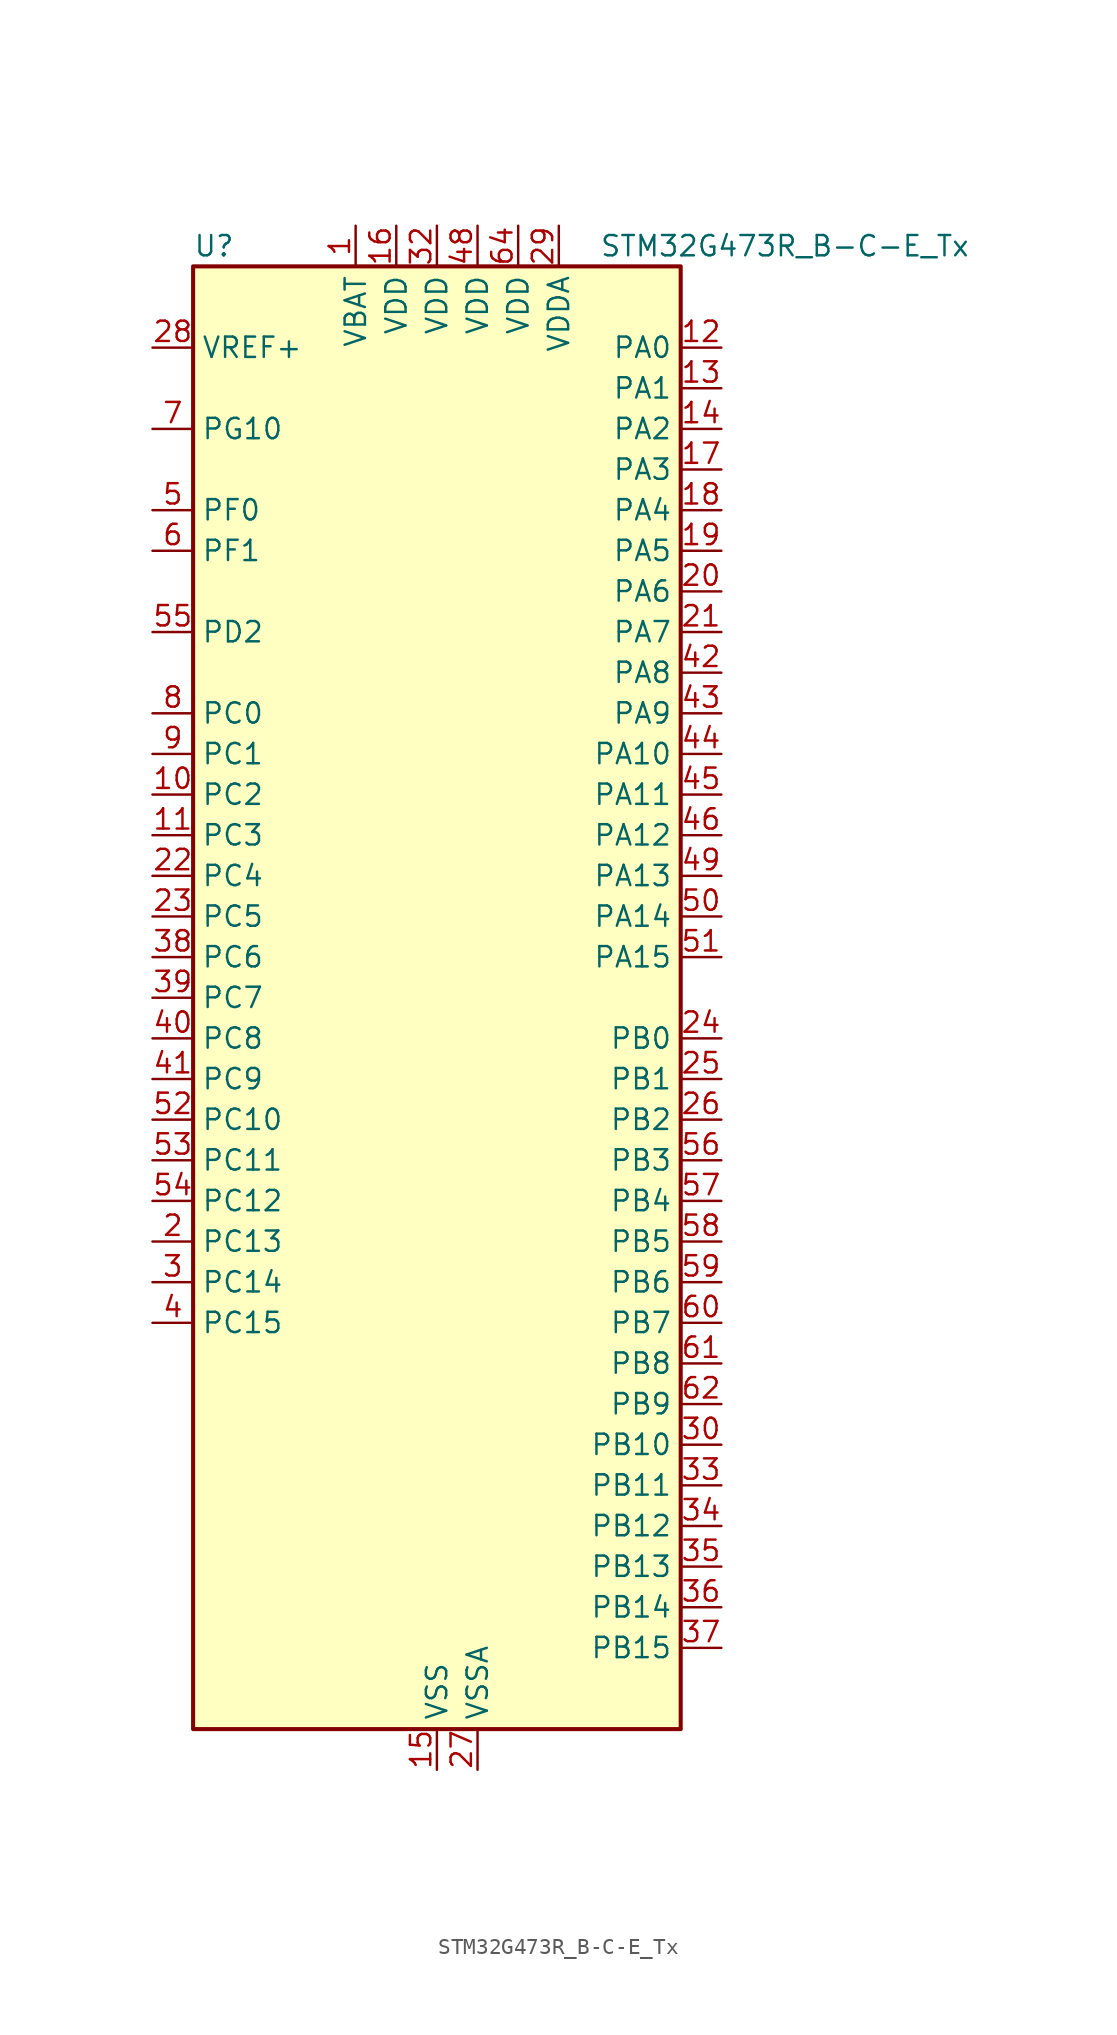
<source format=kicad_sym>
(kicad_symbol_lib
  (version 20241209)
  (generator "kicad_symbol_editor")
  (generator_version "9.0")
  (symbol "STM32G473R_B-C-E_Tx"
    (property "Reference" "U"
      (at -15.24 46.99 0)
      (effects (font (size 1.27 1.27)) (justify left)))
    (property "Value" "STM32G473R_B-C-E_Tx"
      (at 10.16 46.99 0)
      (effects (font (size 1.27 1.27)) (justify left)))
    (symbol "STM32G473R_B-C-E_Tx_0_1"
      (rectangle (start -15.24 -45.72) (end 15.24 45.72) (stroke (width 0.254) (type default)) (fill (type background))))
    (symbol "STM32G473R_B-C-E_Tx_1_1"
      (pin input line (at -17.78 40.64 0) (length 2.54) (name "VREF+" (effects (font (size 1.27 1.27)))) (number "28" (effects (font (size 1.27 1.27)))) (alternate "VREFBUF_OUT" bidirectional line))
      (pin bidirectional line (at -17.78 35.56 0) (length 2.54) (name "PG10" (effects (font (size 1.27 1.27)))) (number "7" (effects (font (size 1.27 1.27)))) (alternate "DAC1_EXTI10" bidirectional line) (alternate "DAC2_EXTI10" bidirectional line) (alternate "DAC3_EXTI10" bidirectional line) (alternate "DAC4_EXTI10" bidirectional line) (alternate "RCC_MCO" bidirectional line))
      (pin bidirectional line (at -17.78 30.48 0) (length 2.54) (name "PF0" (effects (font (size 1.27 1.27)))) (number "5" (effects (font (size 1.27 1.27)))) (alternate "ADC1_IN10" bidirectional line) (alternate "I2C2_SDA" bidirectional line) (alternate "I2S2_WS" bidirectional line) (alternate "RCC_OSC_IN" bidirectional line) (alternate "SPI2_NSS" bidirectional line) (alternate "TIM1_CH3N" bidirectional line))
      (pin bidirectional line (at -17.78 27.94 0) (length 2.54) (name "PF1" (effects (font (size 1.27 1.27)))) (number "6" (effects (font (size 1.27 1.27)))) (alternate "ADC2_IN10" bidirectional line) (alternate "COMP3_INM" bidirectional line) (alternate "I2S2_CK" bidirectional line) (alternate "RCC_OSC_OUT" bidirectional line) (alternate "SPI2_SCK" bidirectional line))
      (pin bidirectional line (at -17.78 22.86 0) (length 2.54) (name "PD2" (effects (font (size 1.27 1.27)))) (number "55" (effects (font (size 1.27 1.27)))) (alternate "ADC3_EXTI2" bidirectional line) (alternate "ADC4_EXTI2" bidirectional line) (alternate "ADC5_EXTI2" bidirectional line) (alternate "TIM3_ETR" bidirectional line) (alternate "TIM8_BKIN" bidirectional line) (alternate "UART5_RX" bidirectional line))
      (pin bidirectional line (at -17.78 17.78 0) (length 2.54) (name "PC0" (effects (font (size 1.27 1.27)))) (number "8" (effects (font (size 1.27 1.27)))) (alternate "ADC1_IN6" bidirectional line) (alternate "ADC2_IN6" bidirectional line) (alternate "COMP3_INM" bidirectional line) (alternate "LPTIM1_IN1" bidirectional line) (alternate "LPUART1_RX" bidirectional line) (alternate "TIM1_CH1" bidirectional line))
      (pin bidirectional line (at -17.78 15.24 0) (length 2.54) (name "PC1" (effects (font (size 1.27 1.27)))) (number "9" (effects (font (size 1.27 1.27)))) (alternate "ADC1_IN7" bidirectional line) (alternate "ADC2_IN7" bidirectional line) (alternate "COMP3_INP" bidirectional line) (alternate "LPTIM1_OUT" bidirectional line) (alternate "LPUART1_TX" bidirectional line) (alternate "QUADSPI1_BK2_IO0" bidirectional line) (alternate "SAI1_SD_A" bidirectional line) (alternate "TIM1_CH2" bidirectional line))
      (pin bidirectional line (at -17.78 12.7 0) (length 2.54) (name "PC2" (effects (font (size 1.27 1.27)))) (number "10" (effects (font (size 1.27 1.27)))) (alternate "ADC1_IN8" bidirectional line) (alternate "ADC2_IN8" bidirectional line) (alternate "ADC3_EXTI2" bidirectional line) (alternate "ADC4_EXTI2" bidirectional line) (alternate "ADC5_EXTI2" bidirectional line) (alternate "COMP3_OUT" bidirectional line) (alternate "LPTIM1_IN2" bidirectional line) (alternate "QUADSPI1_BK2_IO1" bidirectional line) (alternate "TIM1_CH3" bidirectional line) (alternate "TIM20_CH2" bidirectional line))
      (pin bidirectional line (at -17.78 10.16 0) (length 2.54) (name "PC3" (effects (font (size 1.27 1.27)))) (number "11" (effects (font (size 1.27 1.27)))) (alternate "ADC1_IN9" bidirectional line) (alternate "ADC2_IN9" bidirectional line) (alternate "ADC3_EXTI3" bidirectional line) (alternate "ADC4_EXTI3" bidirectional line) (alternate "ADC5_EXTI3" bidirectional line) (alternate "LPTIM1_ETR" bidirectional line) (alternate "OPAMP5_VINP" bidirectional line) (alternate "OPAMP5_VINP_SEC" bidirectional line) (alternate "QUADSPI1_BK2_IO2" bidirectional line) (alternate "SAI1_D1" bidirectional line) (alternate "SAI1_SD_A" bidirectional line) (alternate "TIM1_BKIN2" bidirectional line) (alternate "TIM1_CH4" bidirectional line))
      (pin bidirectional line (at -17.78 7.62 0) (length 2.54) (name "PC4" (effects (font (size 1.27 1.27)))) (number "22" (effects (font (size 1.27 1.27)))) (alternate "ADC2_IN5" bidirectional line) (alternate "I2C2_SCL" bidirectional line) (alternate "QUADSPI1_BK2_IO3" bidirectional line) (alternate "TIM1_ETR" bidirectional line) (alternate "USART1_TX" bidirectional line))
      (pin bidirectional line (at -17.78 5.08 0) (length 2.54) (name "PC5" (effects (font (size 1.27 1.27)))) (number "23" (effects (font (size 1.27 1.27)))) (alternate "ADC2_IN11" bidirectional line) (alternate "OPAMP1_VINM" bidirectional line) (alternate "OPAMP1_VINM1" bidirectional line) (alternate "OPAMP1_VINM_SEC" bidirectional line) (alternate "OPAMP2_VINM" bidirectional line) (alternate "OPAMP2_VINM1" bidirectional line) (alternate "OPAMP2_VINM_SEC" bidirectional line) (alternate "SAI1_D3" bidirectional line) (alternate "SYS_WKUP5" bidirectional line) (alternate "TIM15_BKIN" bidirectional line) (alternate "TIM1_CH4N" bidirectional line) (alternate "USART1_RX" bidirectional line))
      (pin bidirectional line (at -17.78 2.54 0) (length 2.54) (name "PC6" (effects (font (size 1.27 1.27)))) (number "38" (effects (font (size 1.27 1.27)))) (alternate "COMP6_OUT" bidirectional line) (alternate "I2C4_SCL" bidirectional line) (alternate "I2S2_MCK" bidirectional line) (alternate "TIM3_CH1" bidirectional line) (alternate "TIM8_CH1" bidirectional line))
      (pin bidirectional line (at -17.78 0 0) (length 2.54) (name "PC7" (effects (font (size 1.27 1.27)))) (number "39" (effects (font (size 1.27 1.27)))) (alternate "COMP5_OUT" bidirectional line) (alternate "I2C4_SDA" bidirectional line) (alternate "I2S3_MCK" bidirectional line) (alternate "TIM3_CH2" bidirectional line) (alternate "TIM8_CH2" bidirectional line))
      (pin bidirectional line (at -17.78 -2.54 0) (length 2.54) (name "PC8" (effects (font (size 1.27 1.27)))) (number "40" (effects (font (size 1.27 1.27)))) (alternate "COMP7_OUT" bidirectional line) (alternate "I2C3_SCL" bidirectional line) (alternate "TIM20_CH3" bidirectional line) (alternate "TIM3_CH3" bidirectional line) (alternate "TIM8_CH3" bidirectional line))
      (pin bidirectional line (at -17.78 -5.08 0) (length 2.54) (name "PC9" (effects (font (size 1.27 1.27)))) (number "41" (effects (font (size 1.27 1.27)))) (alternate "DAC1_EXTI9" bidirectional line) (alternate "DAC2_EXTI9" bidirectional line) (alternate "DAC3_EXTI9" bidirectional line) (alternate "DAC4_EXTI9" bidirectional line) (alternate "I2C3_SDA" bidirectional line) (alternate "I2S_CKIN" bidirectional line) (alternate "TIM3_CH4" bidirectional line) (alternate "TIM8_BKIN2" bidirectional line) (alternate "TIM8_CH4" bidirectional line))
      (pin bidirectional line (at -17.78 -7.62 0) (length 2.54) (name "PC10" (effects (font (size 1.27 1.27)))) (number "52" (effects (font (size 1.27 1.27)))) (alternate "DAC1_EXTI10" bidirectional line) (alternate "DAC2_EXTI10" bidirectional line) (alternate "DAC3_EXTI10" bidirectional line) (alternate "DAC4_EXTI10" bidirectional line) (alternate "I2S3_CK" bidirectional line) (alternate "SPI3_SCK" bidirectional line) (alternate "TIM8_CH1N" bidirectional line) (alternate "UART4_TX" bidirectional line) (alternate "USART3_TX" bidirectional line))
      (pin bidirectional line (at -17.78 -10.16 0) (length 2.54) (name "PC11" (effects (font (size 1.27 1.27)))) (number "53" (effects (font (size 1.27 1.27)))) (alternate "ADC1_EXTI11" bidirectional line) (alternate "ADC2_EXTI11" bidirectional line) (alternate "I2C3_SDA" bidirectional line) (alternate "SPI3_MISO" bidirectional line) (alternate "TIM8_CH2N" bidirectional line) (alternate "UART4_RX" bidirectional line) (alternate "USART3_RX" bidirectional line))
      (pin bidirectional line (at -17.78 -12.7 0) (length 2.54) (name "PC12" (effects (font (size 1.27 1.27)))) (number "54" (effects (font (size 1.27 1.27)))) (alternate "I2S3_SD" bidirectional line) (alternate "SPI3_MOSI" bidirectional line) (alternate "TIM5_CH2" bidirectional line) (alternate "TIM8_CH3N" bidirectional line) (alternate "UART5_TX" bidirectional line) (alternate "UCPD1_FRSTX1" bidirectional line) (alternate "UCPD1_FRSTX2" bidirectional line) (alternate "USART3_CK" bidirectional line))
      (pin bidirectional line (at -17.78 -15.24 0) (length 2.54) (name "PC13" (effects (font (size 1.27 1.27)))) (number "2" (effects (font (size 1.27 1.27)))) (alternate "RTC_OUT1" bidirectional line) (alternate "RTC_TAMP1" bidirectional line) (alternate "RTC_TS" bidirectional line) (alternate "SYS_WKUP2" bidirectional line) (alternate "TIM1_BKIN" bidirectional line) (alternate "TIM1_CH1N" bidirectional line) (alternate "TIM8_CH4N" bidirectional line))
      (pin bidirectional line (at -17.78 -17.78 0) (length 2.54) (name "PC14" (effects (font (size 1.27 1.27)))) (number "3" (effects (font (size 1.27 1.27)))) (alternate "RCC_OSC32_IN" bidirectional line))
      (pin bidirectional line (at -17.78 -20.32 0) (length 2.54) (name "PC15" (effects (font (size 1.27 1.27)))) (number "4" (effects (font (size 1.27 1.27)))) (alternate "ADC1_EXTI15" bidirectional line) (alternate "ADC2_EXTI15" bidirectional line) (alternate "RCC_OSC32_OUT" bidirectional line))
      (pin power_in line (at -5.08 48.26 270) (length 2.54) (name "VBAT" (effects (font (size 1.27 1.27)))) (number "1" (effects (font (size 1.27 1.27)))))
      (pin power_in line (at -2.54 48.26 270) (length 2.54) (name "VDD" (effects (font (size 1.27 1.27)))) (number "16" (effects (font (size 1.27 1.27)))))
      (pin power_in line (at 0 48.26 270) (length 2.54) (name "VDD" (effects (font (size 1.27 1.27)))) (number "32" (effects (font (size 1.27 1.27)))))
      (pin power_in line (at 0 -48.26 90) (length 2.54) (name "VSS" (effects (font (size 1.27 1.27)))) (number "15" (effects (font (size 1.27 1.27)))))
      (pin passive line (at 0 -48.26 90) (length 2.54) (hide yes) (name "VSS" (effects (font (size 1.27 1.27)))) (number "31" (effects (font (size 1.27 1.27)))))
      (pin passive line (at 0 -48.26 90) (length 2.54) (hide yes) (name "VSS" (effects (font (size 1.27 1.27)))) (number "47" (effects (font (size 1.27 1.27)))))
      (pin passive line (at 0 -48.26 90) (length 2.54) (hide yes) (name "VSS" (effects (font (size 1.27 1.27)))) (number "63" (effects (font (size 1.27 1.27)))))
      (pin power_in line (at 2.54 48.26 270) (length 2.54) (name "VDD" (effects (font (size 1.27 1.27)))) (number "48" (effects (font (size 1.27 1.27)))))
      (pin power_in line (at 2.54 -48.26 90) (length 2.54) (name "VSSA" (effects (font (size 1.27 1.27)))) (number "27" (effects (font (size 1.27 1.27)))))
      (pin power_in line (at 5.08 48.26 270) (length 2.54) (name "VDD" (effects (font (size 1.27 1.27)))) (number "64" (effects (font (size 1.27 1.27)))))
      (pin power_in line (at 7.62 48.26 270) (length 2.54) (name "VDDA" (effects (font (size 1.27 1.27)))) (number "29" (effects (font (size 1.27 1.27)))))
      (pin bidirectional line (at 17.78 40.64 180) (length 2.54) (name "PA0" (effects (font (size 1.27 1.27)))) (number "12" (effects (font (size 1.27 1.27)))) (alternate "ADC1_IN1" bidirectional line) (alternate "ADC2_IN1" bidirectional line) (alternate "COMP1_INM" bidirectional line) (alternate "COMP1_OUT" bidirectional line) (alternate "COMP3_INP" bidirectional line) (alternate "RTC_TAMP2" bidirectional line) (alternate "SYS_WKUP1" bidirectional line) (alternate "TIM2_CH1" bidirectional line) (alternate "TIM2_ETR" bidirectional line) (alternate "TIM5_CH1" bidirectional line) (alternate "TIM8_BKIN" bidirectional line) (alternate "TIM8_ETR" bidirectional line) (alternate "USART2_CTS" bidirectional line) (alternate "USART2_NSS" bidirectional line))
      (pin bidirectional line (at 17.78 38.1 180) (length 2.54) (name "PA1" (effects (font (size 1.27 1.27)))) (number "13" (effects (font (size 1.27 1.27)))) (alternate "ADC1_IN2" bidirectional line) (alternate "ADC2_IN2" bidirectional line) (alternate "COMP1_INP" bidirectional line) (alternate "OPAMP1_VINP" bidirectional line) (alternate "OPAMP1_VINP_SEC" bidirectional line) (alternate "OPAMP3_VINP" bidirectional line) (alternate "OPAMP3_VINP_SEC" bidirectional line) (alternate "OPAMP6_VINM" bidirectional line) (alternate "OPAMP6_VINM0" bidirectional line) (alternate "OPAMP6_VINM_SEC" bidirectional line) (alternate "RTC_REFIN" bidirectional line) (alternate "TIM15_CH1N" bidirectional line) (alternate "TIM2_CH2" bidirectional line) (alternate "TIM5_CH2" bidirectional line) (alternate "USART2_DE" bidirectional line) (alternate "USART2_RTS" bidirectional line))
      (pin bidirectional line (at 17.78 35.56 180) (length 2.54) (name "PA2" (effects (font (size 1.27 1.27)))) (number "14" (effects (font (size 1.27 1.27)))) (alternate "ADC1_IN3" bidirectional line) (alternate "ADC3_EXTI2" bidirectional line) (alternate "ADC4_EXTI2" bidirectional line) (alternate "ADC5_EXTI2" bidirectional line) (alternate "COMP2_INM" bidirectional line) (alternate "COMP2_OUT" bidirectional line) (alternate "LPUART1_TX" bidirectional line) (alternate "OPAMP1_VOUT" bidirectional line) (alternate "QUADSPI1_BK1_NCS" bidirectional line) (alternate "RCC_LSCO" bidirectional line) (alternate "SYS_WKUP4" bidirectional line) (alternate "TIM15_CH1" bidirectional line) (alternate "TIM2_CH3" bidirectional line) (alternate "TIM5_CH3" bidirectional line) (alternate "UCPD1_FRSTX1" bidirectional line) (alternate "UCPD1_FRSTX2" bidirectional line) (alternate "USART2_TX" bidirectional line))
      (pin bidirectional line (at 17.78 33.02 180) (length 2.54) (name "PA3" (effects (font (size 1.27 1.27)))) (number "17" (effects (font (size 1.27 1.27)))) (alternate "ADC1_IN4" bidirectional line) (alternate "ADC3_EXTI3" bidirectional line) (alternate "ADC4_EXTI3" bidirectional line) (alternate "ADC5_EXTI3" bidirectional line) (alternate "COMP2_INP" bidirectional line) (alternate "LPUART1_RX" bidirectional line) (alternate "OPAMP1_VINM" bidirectional line) (alternate "OPAMP1_VINM0" bidirectional line) (alternate "OPAMP1_VINM_SEC" bidirectional line) (alternate "OPAMP1_VINP" bidirectional line) (alternate "OPAMP1_VINP_SEC" bidirectional line) (alternate "OPAMP5_VINM" bidirectional line) (alternate "OPAMP5_VINM1" bidirectional line) (alternate "OPAMP5_VINM_SEC" bidirectional line) (alternate "QUADSPI1_CLK" bidirectional line) (alternate "SAI1_CK1" bidirectional line) (alternate "SAI1_MCLK_A" bidirectional line) (alternate "TIM15_CH2" bidirectional line) (alternate "TIM2_CH4" bidirectional line) (alternate "TIM5_CH4" bidirectional line) (alternate "USART2_RX" bidirectional line))
      (pin bidirectional line (at 17.78 30.48 180) (length 2.54) (name "PA4" (effects (font (size 1.27 1.27)))) (number "18" (effects (font (size 1.27 1.27)))) (alternate "ADC2_IN17" bidirectional line) (alternate "COMP1_INM" bidirectional line) (alternate "DAC1_OUT1" bidirectional line) (alternate "I2S3_WS" bidirectional line) (alternate "SAI1_FS_B" bidirectional line) (alternate "SPI1_NSS" bidirectional line) (alternate "SPI3_NSS" bidirectional line) (alternate "TIM3_CH2" bidirectional line) (alternate "USART2_CK" bidirectional line))
      (pin bidirectional line (at 17.78 27.94 180) (length 2.54) (name "PA5" (effects (font (size 1.27 1.27)))) (number "19" (effects (font (size 1.27 1.27)))) (alternate "ADC2_IN13" bidirectional line) (alternate "COMP2_INM" bidirectional line) (alternate "DAC1_OUT2" bidirectional line) (alternate "OPAMP2_VINM" bidirectional line) (alternate "OPAMP2_VINM0" bidirectional line) (alternate "OPAMP2_VINM_SEC" bidirectional line) (alternate "SPI1_SCK" bidirectional line) (alternate "TIM2_CH1" bidirectional line) (alternate "TIM2_ETR" bidirectional line) (alternate "UCPD1_FRSTX1" bidirectional line) (alternate "UCPD1_FRSTX2" bidirectional line))
      (pin bidirectional line (at 17.78 25.4 180) (length 2.54) (name "PA6" (effects (font (size 1.27 1.27)))) (number "20" (effects (font (size 1.27 1.27)))) (alternate "ADC2_IN3" bidirectional line) (alternate "COMP1_OUT" bidirectional line) (alternate "DAC2_OUT1" bidirectional line) (alternate "LPUART1_CTS" bidirectional line) (alternate "OPAMP2_VOUT" bidirectional line) (alternate "QUADSPI1_BK1_IO3" bidirectional line) (alternate "SPI1_MISO" bidirectional line) (alternate "TIM16_CH1" bidirectional line) (alternate "TIM1_BKIN" bidirectional line) (alternate "TIM3_CH1" bidirectional line) (alternate "TIM8_BKIN" bidirectional line))
      (pin bidirectional line (at 17.78 22.86 180) (length 2.54) (name "PA7" (effects (font (size 1.27 1.27)))) (number "21" (effects (font (size 1.27 1.27)))) (alternate "ADC2_IN4" bidirectional line) (alternate "COMP2_INP" bidirectional line) (alternate "COMP2_OUT" bidirectional line) (alternate "OPAMP1_VINP" bidirectional line) (alternate "OPAMP1_VINP_SEC" bidirectional line) (alternate "OPAMP2_VINP" bidirectional line) (alternate "OPAMP2_VINP_SEC" bidirectional line) (alternate "QUADSPI1_BK1_IO2" bidirectional line) (alternate "SPI1_MOSI" bidirectional line) (alternate "TIM17_CH1" bidirectional line) (alternate "TIM1_CH1N" bidirectional line) (alternate "TIM3_CH2" bidirectional line) (alternate "TIM8_CH1N" bidirectional line) (alternate "UCPD1_FRSTX1" bidirectional line) (alternate "UCPD1_FRSTX2" bidirectional line))
      (pin bidirectional line (at 17.78 20.32 180) (length 2.54) (name "PA8" (effects (font (size 1.27 1.27)))) (number "42" (effects (font (size 1.27 1.27)))) (alternate "ADC5_IN1" bidirectional line) (alternate "COMP7_OUT" bidirectional line) (alternate "FDCAN3_RX" bidirectional line) (alternate "I2C2_SDA" bidirectional line) (alternate "I2C3_SCL" bidirectional line) (alternate "I2S2_MCK" bidirectional line) (alternate "OPAMP5_VOUT" bidirectional line) (alternate "RCC_MCO" bidirectional line) (alternate "SAI1_CK2" bidirectional line) (alternate "SAI1_SCK_A" bidirectional line) (alternate "TIM1_CH1" bidirectional line) (alternate "TIM4_ETR" bidirectional line) (alternate "USART1_CK" bidirectional line))
      (pin bidirectional line (at 17.78 17.78 180) (length 2.54) (name "PA9" (effects (font (size 1.27 1.27)))) (number "43" (effects (font (size 1.27 1.27)))) (alternate "ADC5_IN2" bidirectional line) (alternate "COMP5_OUT" bidirectional line) (alternate "DAC1_EXTI9" bidirectional line) (alternate "DAC2_EXTI9" bidirectional line) (alternate "DAC3_EXTI9" bidirectional line) (alternate "DAC4_EXTI9" bidirectional line) (alternate "I2C2_SCL" bidirectional line) (alternate "I2C3_SMBA" bidirectional line) (alternate "I2S3_MCK" bidirectional line) (alternate "SAI1_FS_A" bidirectional line) (alternate "TIM15_BKIN" bidirectional line) (alternate "TIM1_CH2" bidirectional line) (alternate "TIM2_CH3" bidirectional line) (alternate "UCPD1_DBCC1" bidirectional line) (alternate "USART1_TX" bidirectional line))
      (pin bidirectional line (at 17.78 15.24 180) (length 2.54) (name "PA10" (effects (font (size 1.27 1.27)))) (number "44" (effects (font (size 1.27 1.27)))) (alternate "COMP6_OUT" bidirectional line) (alternate "CRS_SYNC" bidirectional line) (alternate "DAC1_EXTI10" bidirectional line) (alternate "DAC2_EXTI10" bidirectional line) (alternate "DAC3_EXTI10" bidirectional line) (alternate "DAC4_EXTI10" bidirectional line) (alternate "I2C2_SMBA" bidirectional line) (alternate "SAI1_D1" bidirectional line) (alternate "SAI1_SD_A" bidirectional line) (alternate "SPI2_MISO" bidirectional line) (alternate "TIM17_BKIN" bidirectional line) (alternate "TIM1_CH3" bidirectional line) (alternate "TIM2_CH4" bidirectional line) (alternate "TIM8_BKIN" bidirectional line) (alternate "UCPD1_DBCC2" bidirectional line) (alternate "USART1_RX" bidirectional line))
      (pin bidirectional line (at 17.78 12.7 180) (length 2.54) (name "PA11" (effects (font (size 1.27 1.27)))) (number "45" (effects (font (size 1.27 1.27)))) (alternate "ADC1_EXTI11" bidirectional line) (alternate "ADC2_EXTI11" bidirectional line) (alternate "COMP1_OUT" bidirectional line) (alternate "FDCAN1_RX" bidirectional line) (alternate "I2S2_SD" bidirectional line) (alternate "SPI2_MOSI" bidirectional line) (alternate "TIM1_BKIN2" bidirectional line) (alternate "TIM1_CH1N" bidirectional line) (alternate "TIM1_CH4" bidirectional line) (alternate "TIM4_CH1" bidirectional line) (alternate "USART1_CTS" bidirectional line) (alternate "USART1_NSS" bidirectional line) (alternate "USB_DM" bidirectional line))
      (pin bidirectional line (at 17.78 10.16 180) (length 2.54) (name "PA12" (effects (font (size 1.27 1.27)))) (number "46" (effects (font (size 1.27 1.27)))) (alternate "COMP2_OUT" bidirectional line) (alternate "FDCAN1_TX" bidirectional line) (alternate "I2S_CKIN" bidirectional line) (alternate "TIM16_CH1" bidirectional line) (alternate "TIM1_CH2N" bidirectional line) (alternate "TIM1_ETR" bidirectional line) (alternate "TIM4_CH2" bidirectional line) (alternate "USART1_DE" bidirectional line) (alternate "USART1_RTS" bidirectional line) (alternate "USB_DP" bidirectional line))
      (pin bidirectional line (at 17.78 7.62 180) (length 2.54) (name "PA13" (effects (font (size 1.27 1.27)))) (number "49" (effects (font (size 1.27 1.27)))) (alternate "I2C1_SCL" bidirectional line) (alternate "I2C4_SCL" bidirectional line) (alternate "IR_OUT" bidirectional line) (alternate "SAI1_SD_B" bidirectional line) (alternate "SYS_JTMS-SWDIO" bidirectional line) (alternate "TIM16_CH1N" bidirectional line) (alternate "TIM4_CH3" bidirectional line) (alternate "USART3_CTS" bidirectional line) (alternate "USART3_NSS" bidirectional line))
      (pin bidirectional line (at 17.78 5.08 180) (length 2.54) (name "PA14" (effects (font (size 1.27 1.27)))) (number "50" (effects (font (size 1.27 1.27)))) (alternate "I2C1_SDA" bidirectional line) (alternate "I2C4_SMBA" bidirectional line) (alternate "LPTIM1_OUT" bidirectional line) (alternate "SAI1_FS_B" bidirectional line) (alternate "SYS_JTCK-SWCLK" bidirectional line) (alternate "TIM1_BKIN" bidirectional line) (alternate "TIM8_CH2" bidirectional line) (alternate "USART2_TX" bidirectional line))
      (pin bidirectional line (at 17.78 2.54 180) (length 2.54) (name "PA15" (effects (font (size 1.27 1.27)))) (number "51" (effects (font (size 1.27 1.27)))) (alternate "ADC1_EXTI15" bidirectional line) (alternate "ADC2_EXTI15" bidirectional line) (alternate "FDCAN3_TX" bidirectional line) (alternate "I2C1_SCL" bidirectional line) (alternate "I2S3_WS" bidirectional line) (alternate "SPI1_NSS" bidirectional line) (alternate "SPI3_NSS" bidirectional line) (alternate "SYS_JTDI" bidirectional line) (alternate "TIM1_BKIN" bidirectional line) (alternate "TIM2_CH1" bidirectional line) (alternate "TIM2_ETR" bidirectional line) (alternate "TIM8_CH1" bidirectional line) (alternate "UART4_DE" bidirectional line) (alternate "UART4_RTS" bidirectional line) (alternate "USART2_RX" bidirectional line))
      (pin bidirectional line (at 17.78 -2.54 180) (length 2.54) (name "PB0" (effects (font (size 1.27 1.27)))) (number "24" (effects (font (size 1.27 1.27)))) (alternate "ADC1_IN15" bidirectional line) (alternate "ADC3_IN12" bidirectional line) (alternate "COMP4_INP" bidirectional line) (alternate "OPAMP2_VINP" bidirectional line) (alternate "OPAMP2_VINP_SEC" bidirectional line) (alternate "OPAMP3_VINP" bidirectional line) (alternate "OPAMP3_VINP_SEC" bidirectional line) (alternate "QUADSPI1_BK1_IO1" bidirectional line) (alternate "TIM1_CH2N" bidirectional line) (alternate "TIM3_CH3" bidirectional line) (alternate "TIM8_CH2N" bidirectional line) (alternate "UCPD1_FRSTX1" bidirectional line) (alternate "UCPD1_FRSTX2" bidirectional line))
      (pin bidirectional line (at 17.78 -5.08 180) (length 2.54) (name "PB1" (effects (font (size 1.27 1.27)))) (number "25" (effects (font (size 1.27 1.27)))) (alternate "ADC1_IN12" bidirectional line) (alternate "ADC3_IN1" bidirectional line) (alternate "COMP1_INP" bidirectional line) (alternate "COMP4_OUT" bidirectional line) (alternate "LPUART1_DE" bidirectional line) (alternate "LPUART1_RTS" bidirectional line) (alternate "OPAMP3_VOUT" bidirectional line) (alternate "OPAMP6_VINM" bidirectional line) (alternate "OPAMP6_VINM1" bidirectional line) (alternate "OPAMP6_VINM_SEC" bidirectional line) (alternate "QUADSPI1_BK1_IO0" bidirectional line) (alternate "TIM1_CH3N" bidirectional line) (alternate "TIM3_CH4" bidirectional line) (alternate "TIM8_CH3N" bidirectional line))
      (pin bidirectional line (at 17.78 -7.62 180) (length 2.54) (name "PB2" (effects (font (size 1.27 1.27)))) (number "26" (effects (font (size 1.27 1.27)))) (alternate "ADC2_IN12" bidirectional line) (alternate "ADC3_EXTI2" bidirectional line) (alternate "ADC4_EXTI2" bidirectional line) (alternate "ADC5_EXTI2" bidirectional line) (alternate "COMP4_INM" bidirectional line) (alternate "I2C3_SMBA" bidirectional line) (alternate "LPTIM1_OUT" bidirectional line) (alternate "OPAMP3_VINM" bidirectional line) (alternate "OPAMP3_VINM0" bidirectional line) (alternate "OPAMP3_VINM_SEC" bidirectional line) (alternate "QUADSPI1_BK2_IO1" bidirectional line) (alternate "RTC_OUT2" bidirectional line) (alternate "TIM20_CH1" bidirectional line) (alternate "TIM5_CH1" bidirectional line))
      (pin bidirectional line (at 17.78 -10.16 180) (length 2.54) (name "PB3" (effects (font (size 1.27 1.27)))) (number "56" (effects (font (size 1.27 1.27)))) (alternate "ADC3_EXTI3" bidirectional line) (alternate "ADC4_EXTI3" bidirectional line) (alternate "ADC5_EXTI3" bidirectional line) (alternate "CRS_SYNC" bidirectional line) (alternate "FDCAN3_RX" bidirectional line) (alternate "I2S3_CK" bidirectional line) (alternate "SAI1_SCK_B" bidirectional line) (alternate "SPI1_SCK" bidirectional line) (alternate "SPI3_SCK" bidirectional line) (alternate "SYS_JTDO-SWO" bidirectional line) (alternate "TIM2_CH2" bidirectional line) (alternate "TIM3_ETR" bidirectional line) (alternate "TIM4_ETR" bidirectional line) (alternate "TIM8_CH1N" bidirectional line) (alternate "USART2_TX" bidirectional line))
      (pin bidirectional line (at 17.78 -12.7 180) (length 2.54) (name "PB4" (effects (font (size 1.27 1.27)))) (number "57" (effects (font (size 1.27 1.27)))) (alternate "FDCAN3_TX" bidirectional line) (alternate "SAI1_MCLK_B" bidirectional line) (alternate "SPI1_MISO" bidirectional line) (alternate "SPI3_MISO" bidirectional line) (alternate "SYS_JTRST" bidirectional line) (alternate "TIM16_CH1" bidirectional line) (alternate "TIM17_BKIN" bidirectional line) (alternate "TIM3_CH1" bidirectional line) (alternate "TIM8_CH2N" bidirectional line) (alternate "UART5_DE" bidirectional line) (alternate "UART5_RTS" bidirectional line) (alternate "UCPD1_CC2" bidirectional line) (alternate "USART2_RX" bidirectional line))
      (pin bidirectional line (at 17.78 -15.24 180) (length 2.54) (name "PB5" (effects (font (size 1.27 1.27)))) (number "58" (effects (font (size 1.27 1.27)))) (alternate "FDCAN2_RX" bidirectional line) (alternate "I2C1_SMBA" bidirectional line) (alternate "I2C3_SDA" bidirectional line) (alternate "I2S3_SD" bidirectional line) (alternate "LPTIM1_IN1" bidirectional line) (alternate "SAI1_SD_B" bidirectional line) (alternate "SPI1_MOSI" bidirectional line) (alternate "SPI3_MOSI" bidirectional line) (alternate "TIM16_BKIN" bidirectional line) (alternate "TIM17_CH1" bidirectional line) (alternate "TIM3_CH2" bidirectional line) (alternate "TIM8_CH3N" bidirectional line) (alternate "UART5_CTS" bidirectional line) (alternate "USART2_CK" bidirectional line))
      (pin bidirectional line (at 17.78 -17.78 180) (length 2.54) (name "PB6" (effects (font (size 1.27 1.27)))) (number "59" (effects (font (size 1.27 1.27)))) (alternate "COMP4_OUT" bidirectional line) (alternate "FDCAN2_TX" bidirectional line) (alternate "LPTIM1_ETR" bidirectional line) (alternate "SAI1_FS_B" bidirectional line) (alternate "TIM16_CH1N" bidirectional line) (alternate "TIM4_CH1" bidirectional line) (alternate "TIM8_BKIN2" bidirectional line) (alternate "TIM8_CH1" bidirectional line) (alternate "TIM8_ETR" bidirectional line) (alternate "UCPD1_CC1" bidirectional line) (alternate "USART1_TX" bidirectional line))
      (pin bidirectional line (at 17.78 -20.32 180) (length 2.54) (name "PB7" (effects (font (size 1.27 1.27)))) (number "60" (effects (font (size 1.27 1.27)))) (alternate "COMP3_OUT" bidirectional line) (alternate "I2C1_SDA" bidirectional line) (alternate "I2C4_SDA" bidirectional line) (alternate "LPTIM1_IN2" bidirectional line) (alternate "SYS_PVD_IN" bidirectional line) (alternate "TIM17_CH1N" bidirectional line) (alternate "TIM3_CH4" bidirectional line) (alternate "TIM4_CH2" bidirectional line) (alternate "TIM8_BKIN" bidirectional line) (alternate "UART4_CTS" bidirectional line) (alternate "USART1_RX" bidirectional line))
      (pin bidirectional line (at 17.78 -22.86 180) (length 2.54) (name "PB8" (effects (font (size 1.27 1.27)))) (number "61" (effects (font (size 1.27 1.27)))) (alternate "COMP1_OUT" bidirectional line) (alternate "FDCAN1_RX" bidirectional line) (alternate "I2C1_SCL" bidirectional line) (alternate "SAI1_CK1" bidirectional line) (alternate "SAI1_MCLK_A" bidirectional line) (alternate "TIM16_CH1" bidirectional line) (alternate "TIM1_BKIN" bidirectional line) (alternate "TIM4_CH3" bidirectional line) (alternate "TIM8_CH2" bidirectional line) (alternate "USART3_RX" bidirectional line))
      (pin bidirectional line (at 17.78 -25.4 180) (length 2.54) (name "PB9" (effects (font (size 1.27 1.27)))) (number "62" (effects (font (size 1.27 1.27)))) (alternate "COMP2_OUT" bidirectional line) (alternate "DAC1_EXTI9" bidirectional line) (alternate "DAC2_EXTI9" bidirectional line) (alternate "DAC3_EXTI9" bidirectional line) (alternate "DAC4_EXTI9" bidirectional line) (alternate "FDCAN1_TX" bidirectional line) (alternate "I2C1_SDA" bidirectional line) (alternate "IR_OUT" bidirectional line) (alternate "SAI1_D2" bidirectional line) (alternate "SAI1_FS_A" bidirectional line) (alternate "TIM17_CH1" bidirectional line) (alternate "TIM1_CH3N" bidirectional line) (alternate "TIM4_CH4" bidirectional line) (alternate "TIM8_CH3" bidirectional line) (alternate "USART3_TX" bidirectional line))
      (pin bidirectional line (at 17.78 -27.94 180) (length 2.54) (name "PB10" (effects (font (size 1.27 1.27)))) (number "30" (effects (font (size 1.27 1.27)))) (alternate "COMP5_INM" bidirectional line) (alternate "DAC1_EXTI10" bidirectional line) (alternate "DAC2_EXTI10" bidirectional line) (alternate "DAC3_EXTI10" bidirectional line) (alternate "DAC4_EXTI10" bidirectional line) (alternate "LPUART1_RX" bidirectional line) (alternate "OPAMP3_VINM" bidirectional line) (alternate "OPAMP3_VINM1" bidirectional line) (alternate "OPAMP3_VINM_SEC" bidirectional line) (alternate "OPAMP4_VINM" bidirectional line) (alternate "OPAMP4_VINM0" bidirectional line) (alternate "OPAMP4_VINM_SEC" bidirectional line) (alternate "QUADSPI1_CLK" bidirectional line) (alternate "SAI1_SCK_A" bidirectional line) (alternate "TIM1_BKIN" bidirectional line) (alternate "TIM2_CH3" bidirectional line) (alternate "USART3_TX" bidirectional line))
      (pin bidirectional line (at 17.78 -30.48 180) (length 2.54) (name "PB11" (effects (font (size 1.27 1.27)))) (number "33" (effects (font (size 1.27 1.27)))) (alternate "ADC1_EXTI11" bidirectional line) (alternate "ADC1_IN14" bidirectional line) (alternate "ADC2_EXTI11" bidirectional line) (alternate "ADC2_IN14" bidirectional line) (alternate "COMP6_INP" bidirectional line) (alternate "LPUART1_TX" bidirectional line) (alternate "OPAMP4_VINP" bidirectional line) (alternate "OPAMP4_VINP_SEC" bidirectional line) (alternate "OPAMP6_VOUT" bidirectional line) (alternate "QUADSPI1_BK1_NCS" bidirectional line) (alternate "TIM2_CH4" bidirectional line) (alternate "USART3_RX" bidirectional line))
      (pin bidirectional line (at 17.78 -33.02 180) (length 2.54) (name "PB12" (effects (font (size 1.27 1.27)))) (number "34" (effects (font (size 1.27 1.27)))) (alternate "ADC1_IN11" bidirectional line) (alternate "ADC4_IN3" bidirectional line) (alternate "COMP7_INM" bidirectional line) (alternate "FDCAN2_RX" bidirectional line) (alternate "I2C2_SMBA" bidirectional line) (alternate "I2S2_WS" bidirectional line) (alternate "LPUART1_DE" bidirectional line) (alternate "LPUART1_RTS" bidirectional line) (alternate "OPAMP4_VOUT" bidirectional line) (alternate "OPAMP6_VINP" bidirectional line) (alternate "OPAMP6_VINP_SEC" bidirectional line) (alternate "SPI2_NSS" bidirectional line) (alternate "TIM1_BKIN" bidirectional line) (alternate "TIM5_ETR" bidirectional line) (alternate "USART3_CK" bidirectional line))
      (pin bidirectional line (at 17.78 -35.56 180) (length 2.54) (name "PB13" (effects (font (size 1.27 1.27)))) (number "35" (effects (font (size 1.27 1.27)))) (alternate "ADC3_IN5" bidirectional line) (alternate "COMP5_INP" bidirectional line) (alternate "FDCAN2_TX" bidirectional line) (alternate "I2S2_CK" bidirectional line) (alternate "LPUART1_CTS" bidirectional line) (alternate "OPAMP3_VINP" bidirectional line) (alternate "OPAMP3_VINP_SEC" bidirectional line) (alternate "OPAMP4_VINP" bidirectional line) (alternate "OPAMP4_VINP_SEC" bidirectional line) (alternate "OPAMP6_VINP" bidirectional line) (alternate "OPAMP6_VINP_SEC" bidirectional line) (alternate "SPI2_SCK" bidirectional line) (alternate "TIM1_CH1N" bidirectional line) (alternate "USART3_CTS" bidirectional line) (alternate "USART3_NSS" bidirectional line))
      (pin bidirectional line (at 17.78 -38.1 180) (length 2.54) (name "PB14" (effects (font (size 1.27 1.27)))) (number "36" (effects (font (size 1.27 1.27)))) (alternate "ADC1_IN5" bidirectional line) (alternate "ADC4_IN4" bidirectional line) (alternate "COMP4_OUT" bidirectional line) (alternate "COMP7_INP" bidirectional line) (alternate "OPAMP2_VINP" bidirectional line) (alternate "OPAMP2_VINP_SEC" bidirectional line) (alternate "OPAMP5_VINP" bidirectional line) (alternate "OPAMP5_VINP_SEC" bidirectional line) (alternate "SPI2_MISO" bidirectional line) (alternate "TIM15_CH1" bidirectional line) (alternate "TIM1_CH2N" bidirectional line) (alternate "USART3_DE" bidirectional line) (alternate "USART3_RTS" bidirectional line))
      (pin bidirectional line (at 17.78 -40.64 180) (length 2.54) (name "PB15" (effects (font (size 1.27 1.27)))) (number "37" (effects (font (size 1.27 1.27)))) (alternate "ADC1_EXTI15" bidirectional line) (alternate "ADC2_EXTI15" bidirectional line) (alternate "ADC2_IN15" bidirectional line) (alternate "ADC4_IN5" bidirectional line) (alternate "COMP3_OUT" bidirectional line) (alternate "COMP6_INM" bidirectional line) (alternate "I2S2_SD" bidirectional line) (alternate "OPAMP5_VINM" bidirectional line) (alternate "OPAMP5_VINM0" bidirectional line) (alternate "OPAMP5_VINM_SEC" bidirectional line) (alternate "RTC_REFIN" bidirectional line) (alternate "SPI2_MOSI" bidirectional line) (alternate "TIM15_CH1N" bidirectional line) (alternate "TIM15_CH2" bidirectional line) (alternate "TIM1_CH3N" bidirectional line)))))
</source>
